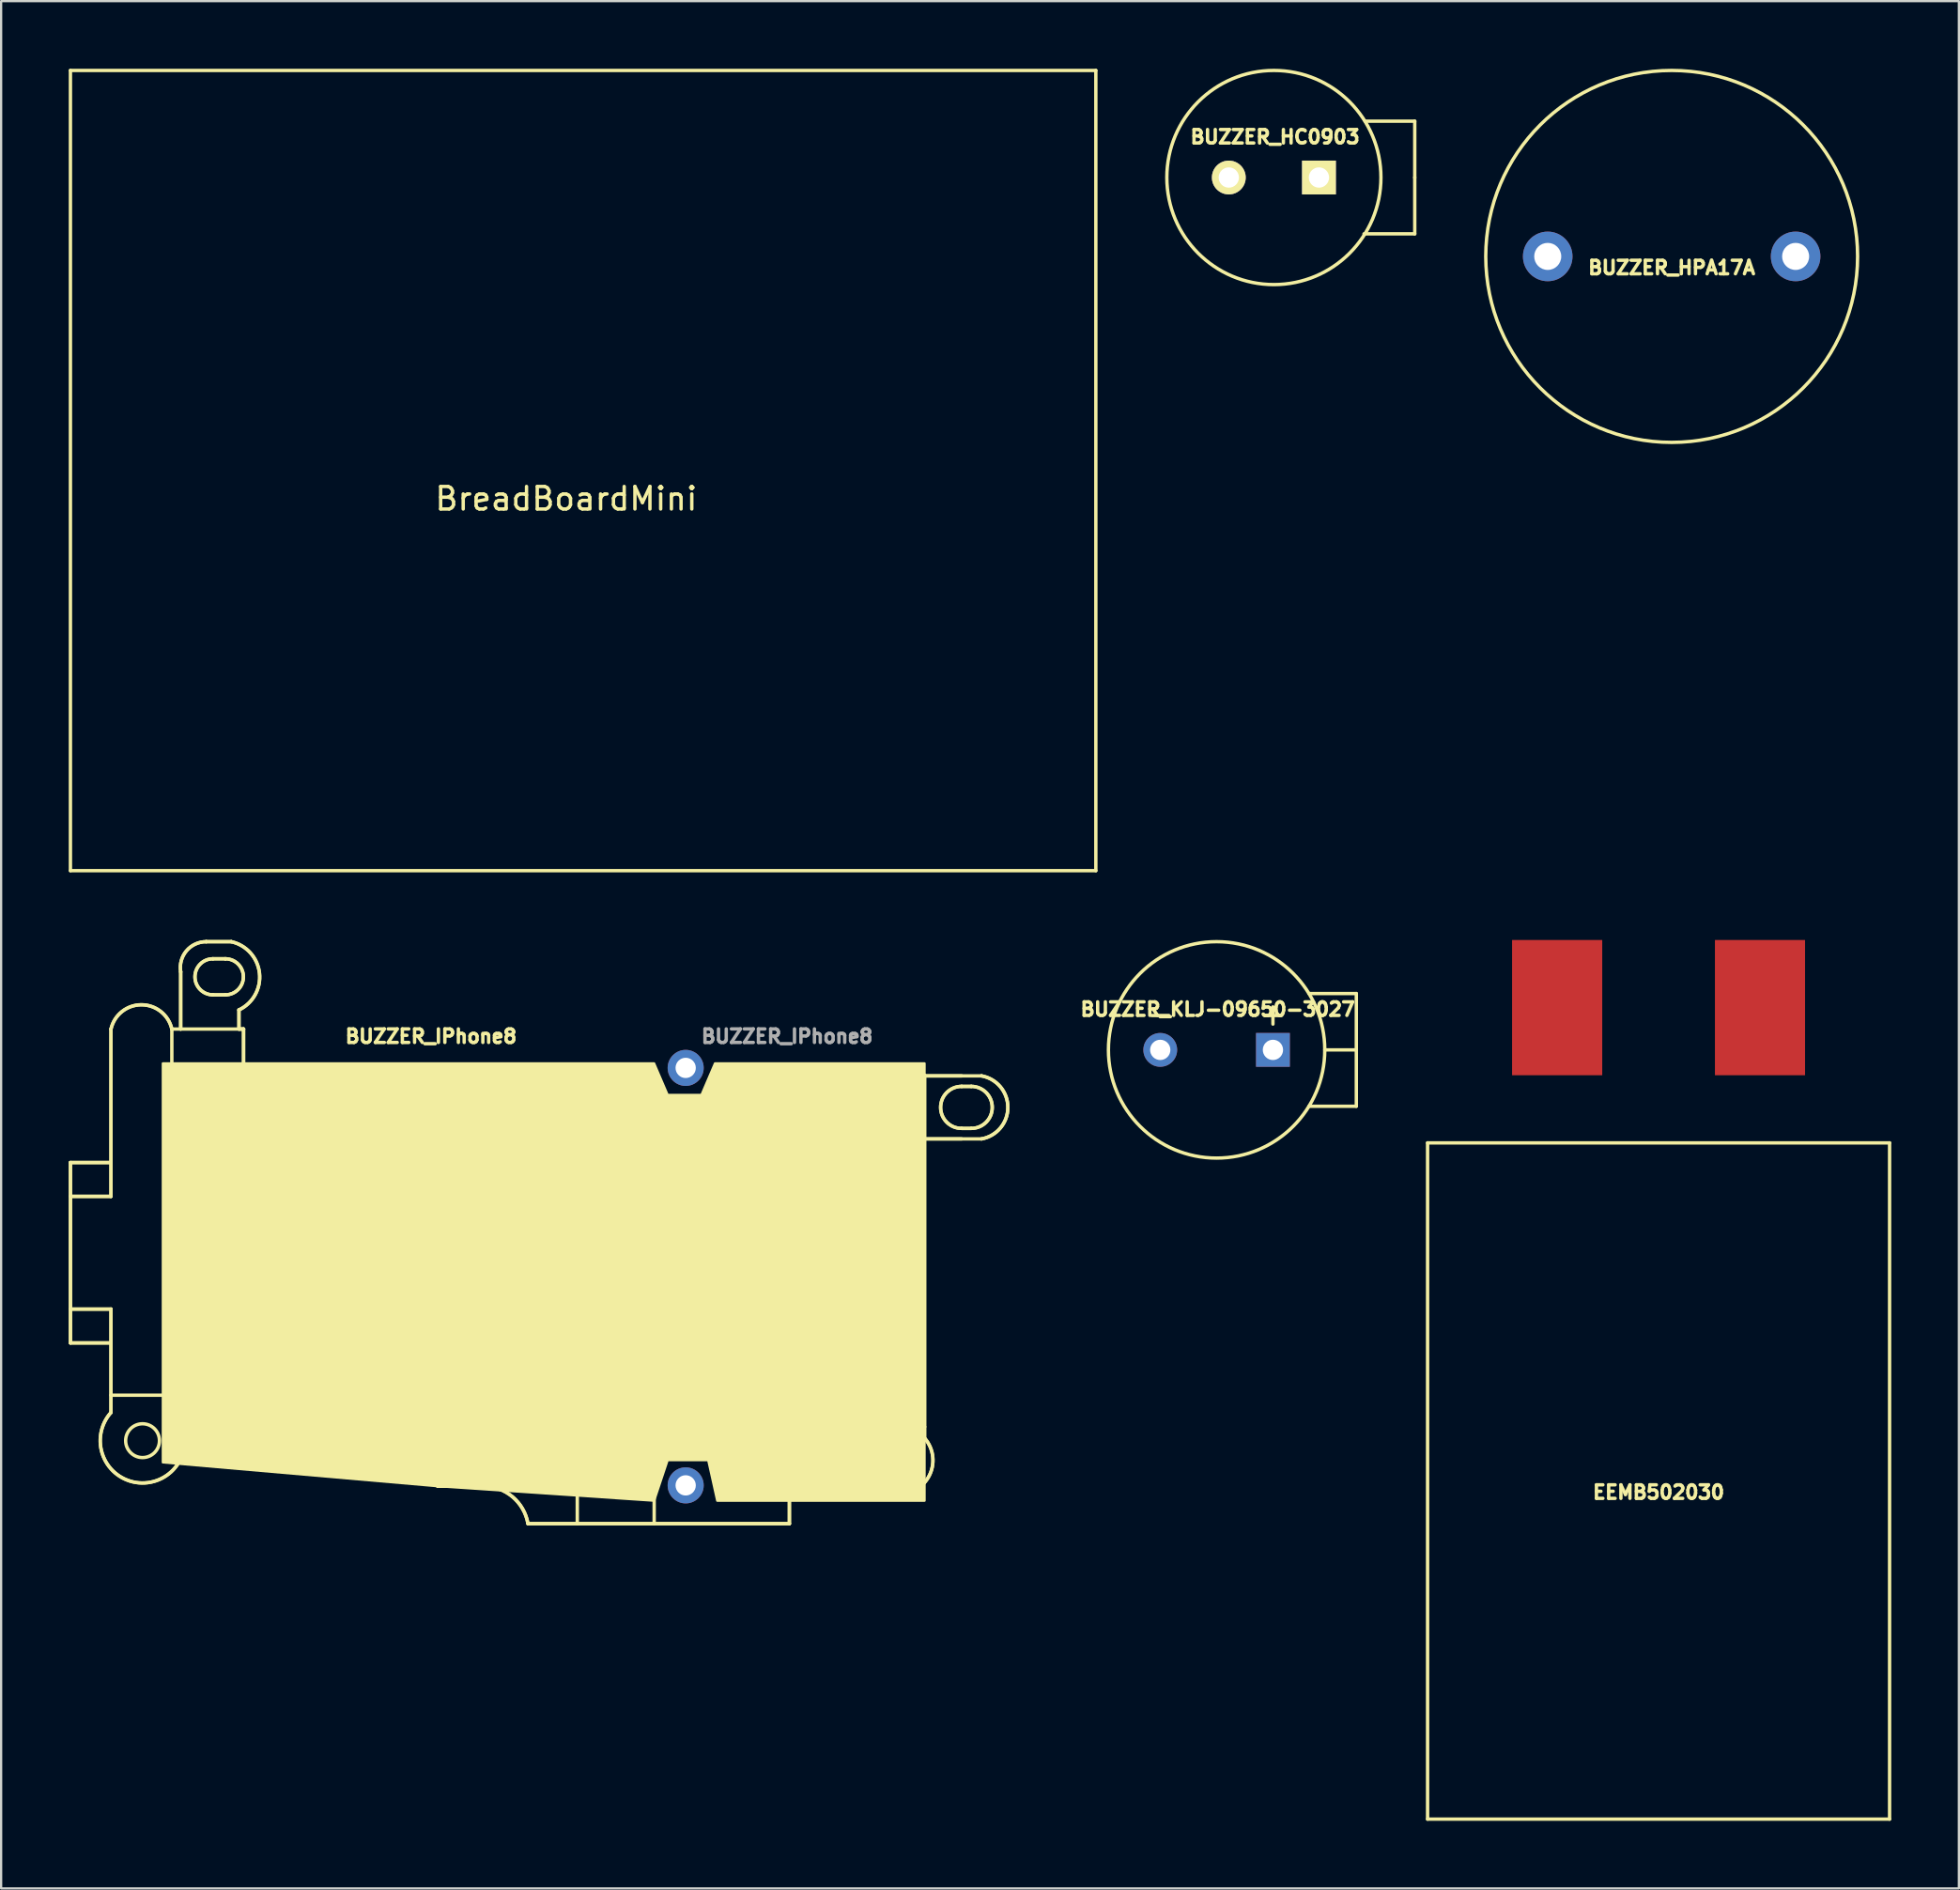
<source format=kicad_pcb>
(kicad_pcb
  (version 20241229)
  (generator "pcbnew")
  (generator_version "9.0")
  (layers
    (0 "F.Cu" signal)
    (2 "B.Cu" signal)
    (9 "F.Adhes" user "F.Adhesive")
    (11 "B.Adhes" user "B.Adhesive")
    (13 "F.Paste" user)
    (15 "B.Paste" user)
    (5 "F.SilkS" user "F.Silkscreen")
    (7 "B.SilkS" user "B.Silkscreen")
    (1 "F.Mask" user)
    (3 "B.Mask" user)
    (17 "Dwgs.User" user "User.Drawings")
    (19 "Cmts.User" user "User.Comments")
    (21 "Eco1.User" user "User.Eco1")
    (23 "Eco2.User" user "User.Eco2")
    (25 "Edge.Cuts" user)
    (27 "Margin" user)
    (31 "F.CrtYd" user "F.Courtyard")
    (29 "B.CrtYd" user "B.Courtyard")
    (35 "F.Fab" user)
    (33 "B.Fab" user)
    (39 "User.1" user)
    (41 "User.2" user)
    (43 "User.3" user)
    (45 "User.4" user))
  (footprint "EEMB502030"
    (layer "F.Cu")
    (at 70.545 62.65)
    (property "Reference" "EEMB502030" (at 0 0.5 0) (layer "F.SilkS") (effects (font (size 0.6 0.6) (thickness 0.15))))
    (attr through_hole)
    (fp_line (start -10.25 -15) (end 10.25 -15) (stroke (width 0.15) (type solid)) (layer "F.SilkS"))
    (fp_line (start -10.25 15) (end -10.25 -15) (stroke (width 0.15) (type solid)) (layer "F.SilkS"))
    (fp_line (start 10.25 -15) (end 10.25 15) (stroke (width 0.15) (type solid)) (layer "F.SilkS"))
    (fp_line (start 10.25 15) (end -10.25 15) (stroke (width 0.15) (type solid)) (layer "F.SilkS"))
    (pad "A" smd rect (at -4.5 -21) (size 4 6) (layers "F.Cu" "F.Mask" "F.Paste"))
    (pad "C" smd rect (at 4.5 -21) (size 4 6) (layers "F.Cu" "F.Mask" "F.Paste")))
  (footprint "BUZZER_KLJ-09650-3027"
    (layer "F.Cu")
    (at 50.933 43.525)
    (property "Reference" "BUZZER_KLJ-09650-3027" (at 0.051 -1.801 0) (layer "F.SilkS") (effects (font (size 0.6 0.6) (thickness 0.15))))
    (attr through_hole)
    (fp_line (start 4.8 0) (end 6.2 0) (stroke (width 0.15) (type solid)) (layer "F.SilkS"))
    (fp_line (start 6.2 -2.5) (end 4.1 -2.5) (stroke (width 0.15) (type solid)) (layer "F.SilkS"))
    (fp_line (start 6.2 0) (end 6.2 -2.5) (stroke (width 0.15) (type solid)) (layer "F.SilkS"))
    (fp_line (start 6.2 0) (end 6.2 2.5) (stroke (width 0.15) (type solid)) (layer "F.SilkS"))
    (fp_line (start 6.2 2.5) (end 4.1 2.5) (stroke (width 0.15) (type solid)) (layer "F.SilkS"))
    (fp_circle (center 0 0) (end 4.8 0) (stroke (width 0.15) (type solid)) (fill no) (layer "F.SilkS"))
    (fp_text user "+" (at 2.5 -1.6 0) (unlocked yes) (layer "F.SilkS") (effects (font (size 1 1) (thickness 0.15))))
    (fp_text user "-" (at -2.5 -1.6 0) (unlocked yes) (layer "F.SilkS") (effects (font (size 1 1) (thickness 0.15))))
    (pad "1" thru_hole rect (at 2.5 0) (size 1.5 1.5) (drill 0.9) (layers "*.Cu" "*.Mask"))
    (pad "2" thru_hole circle (at -2.5 0) (size 1.5 1.5) (drill 0.9) (layers "*.Cu" "*.Mask")))
  (footprint "BUZZER_HC0903"
    (layer "F.Cu")
    (at 53.475 4.825)
    (property "Reference" "BUZZER_HC0903" (at 0.051 -1.801 0) (layer "F.SilkS") (effects (font (size 0.599 0.599) (thickness 0.15))))
    (attr through_hole)
    (fp_line (start 6.251 -2.499) (end 4.049 -2.499) (stroke (width 0.15) (type solid)) (layer "F.SilkS"))
    (fp_line (start 6.251 0) (end 6.251 -2.499) (stroke (width 0.15) (type solid)) (layer "F.SilkS"))
    (fp_line (start 6.251 0) (end 6.251 2.499) (stroke (width 0.15) (type solid)) (layer "F.SilkS"))
    (fp_line (start 6.251 2.499) (end 4 2.499) (stroke (width 0.15) (type solid)) (layer "F.SilkS"))
    (fp_circle (center 0 0) (end 4.75 0) (stroke (width 0.15) (type solid)) (fill no) (layer "F.SilkS"))
    (pad "1" thru_hole rect (at 2 0) (size 1.5 1.5) (drill 0.9) (layers "*.Cu" "*.Mask" "F.SilkS"))
    (pad "2" thru_hole circle (at -2 0) (size 1.5 1.5) (drill 0.9) (layers "*.Cu" "*.Mask" "F.SilkS")))
  (footprint "BUZZER_IPhone8"
    (layer "F.Cu")
    (at 27.375 53.324)
    (property "Reference" "BUZZER_IPhone8" (at -11.3 -10.4 0) (unlocked yes) (layer "F.SilkS") (effects (font (size 0.6 0.6) (thickness 0.15))))
    (attr through_hole)
    (fp_line (start -27.3 -4.8) (end -27.3 3.2) (stroke (width 0.15) (type default)) (layer "F.SilkS"))
    (fp_line (start -27.3 -4.8) (end -25.5 -4.8) (stroke (width 0.15) (type default)) (layer "F.SilkS"))
    (fp_line (start -27.3 -3.3) (end -25.5 -3.3) (stroke (width 0.15) (type default)) (layer "F.SilkS"))
    (fp_line (start -27.3 -3.3) (end -25.5 -3.3) (stroke (width 0.15) (type default)) (layer "F.SilkS"))
    (fp_line (start -27.3 1.7) (end -25.5 1.7) (stroke (width 0.15) (type default)) (layer "F.SilkS"))
    (fp_line (start -27.3 1.7) (end -25.5 1.7) (stroke (width 0.15) (type default)) (layer "F.SilkS"))
    (fp_line (start -27.3 3.2) (end -27.3 -4.8) (stroke (width 0.15) (type default)) (layer "F.SilkS"))
    (fp_line (start -27.3 3.2) (end -25.5 3.2) (stroke (width 0.15) (type default)) (layer "F.SilkS"))
    (fp_line (start -25.5 -10.724) (end -25.5 -3.3) (stroke (width 0.15) (type default)) (layer "F.SilkS"))
    (fp_line (start -25.5 -4.8) (end -27.3 -4.8) (stroke (width 0.15) (type default)) (layer "F.SilkS"))
    (fp_line (start -25.5 -3.3) (end -25.5 -10.724) (stroke (width 0.15) (type default)) (layer "F.SilkS"))
    (fp_line (start -25.5 1.7) (end -25.5 6.286) (stroke (width 0.15) (type default)) (layer "F.SilkS"))
    (fp_line (start -25.5 3.2) (end -27.3 3.2) (stroke (width 0.15) (type default)) (layer "F.SilkS"))
    (fp_line (start -25.5 5.519) (end -21.9 5.519) (stroke (width 0.15) (type default)) (layer "F.SilkS"))
    (fp_line (start -25.5 6.286) (end -25.5 1.7) (stroke (width 0.15) (type default)) (layer "F.SilkS"))
    (fp_line (start -22.8 -10.724) (end -22.407 -10.724) (stroke (width 0.15) (type default)) (layer "F.SilkS"))
    (fp_line (start -22.8 -10.724) (end -22.8 -6.481) (stroke (width 0.15) (type default)) (layer "F.SilkS"))
    (fp_line (start -22.8 -6.481) (end -19.5 -6.481) (stroke (width 0.15) (type default)) (layer "F.SilkS"))
    (fp_line (start -22.5 8.519) (end -11.727 8.519) (stroke (width 0.15) (type default)) (layer "F.SilkS"))
    (fp_line (start -22.5 8.519) (end -11.727 8.519) (stroke (width 0.15) (type default)) (layer "F.SilkS"))
    (fp_line (start -22.407 -13.261) (end -22.407 -10.724) (stroke (width 0.15) (type default)) (layer "F.SilkS"))
    (fp_line (start -22.407 -13.26) (end -22.407 -10.724) (stroke (width 0.15) (type default)) (layer "F.SilkS"))
    (fp_line (start -22.407 -10.724) (end -19.618 -10.724) (stroke (width 0.15) (type default)) (layer "F.SilkS"))
    (fp_line (start -21.9 -6.796) (end -21.9 8.519) (stroke (width 0.15) (type default)) (layer "F.SilkS"))
    (fp_line (start -21.276 -14.599) (end -21.276 -14.599) (stroke (width 0.15) (type default)) (layer "F.SilkS"))
    (fp_line (start -20.975 -12.241) (end -20.975 -12.241) (stroke (width 0.15) (type default)) (layer "F.SilkS"))
    (fp_line (start -20.975 -12.241) (end -20.425 -12.241) (stroke (width 0.15) (type default)) (layer "F.SilkS"))
    (fp_line (start -20.975 -12.241) (end -20.425 -12.241) (stroke (width 0.15) (type default)) (layer "F.SilkS"))
    (fp_line (start -20.425 -13.841) (end -20.425 -13.841) (stroke (width 0.15) (type default)) (layer "F.SilkS"))
    (fp_line (start -20.425 -13.841) (end -20.975 -13.841) (stroke (width 0.15) (type default)) (layer "F.SilkS"))
    (fp_line (start -20.425 -13.841) (end -20.975 -13.841) (stroke (width 0.15) (type default)) (layer "F.SilkS"))
    (fp_line (start -20.163 -14.599) (end -21.276 -14.599) (stroke (width 0.15) (type default)) (layer "F.SilkS"))
    (fp_line (start -20.163 -14.599) (end -21.276 -14.599) (stroke (width 0.15) (type default)) (layer "F.SilkS"))
    (fp_line (start -19.822 -10.724) (end -19.822 -11.571) (stroke (width 0.15) (type default)) (layer "F.SilkS"))
    (fp_line (start -19.822 -10.724) (end -19.822 -11.571) (stroke (width 0.15) (type default)) (layer "F.SilkS"))
    (fp_line (start -19.822 -10.724) (end -19.618 -10.724) (stroke (width 0.15) (type default)) (layer "F.SilkS"))
    (fp_line (start -19.822 -10.724) (end -19.618 -10.724) (stroke (width 0.15) (type default)) (layer "F.SilkS"))
    (fp_line (start -19.618 -9.078) (end -21.9 -6.796) (stroke (width 0.15) (type default)) (layer "F.SilkS"))
    (fp_line (start -19.618 -9.078) (end -19.618 -10.724) (stroke (width 0.15) (type default)) (layer "F.SilkS"))
    (fp_line (start -19.618 -9.078) (end -19.618 -10.724) (stroke (width 0.15) (type default)) (layer "F.SilkS"))
    (fp_line (start -19.5 -6.481) (end -19.5 8.519) (stroke (width 0.15) (type default)) (layer "F.SilkS"))
    (fp_line (start -11.727 8.519) (end -10.998 9.559) (stroke (width 0.15) (type default)) (layer "F.SilkS"))
    (fp_line (start -11.727 8.519) (end -10.998 9.559) (stroke (width 0.15) (type default)) (layer "F.SilkS"))
    (fp_line (start -10.998 9.559) (end -8.969 9.559) (stroke (width 0.15) (type default)) (layer "F.SilkS"))
    (fp_line (start -10.998 9.559) (end -8.969 9.559) (stroke (width 0.15) (type default)) (layer "F.SilkS"))
    (fp_line (start -8.47 9.622) (end -8.969 9.559) (stroke (width 0.15) (type default)) (layer "F.SilkS"))
    (fp_line (start -4.81 11.219) (end -4.81 -9.078) (stroke (width 0.15) (type default)) (layer "F.SilkS"))
    (fp_line (start -2.588 6.819) (end -2.588 -9.078) (stroke (width 0.15) (type default)) (layer "F.SilkS"))
    (fp_line (start -1.398 11.219) (end -1.398 6.819) (stroke (width 0.15) (type default)) (layer "F.SilkS"))
    (fp_line (start 4.294 -8.678) (end 3.294 -9.078) (stroke (width 0.15) (type default)) (layer "F.SilkS"))
    (fp_line (start 4.294 -8.678) (end 3.294 -9.078) (stroke (width 0.15) (type default)) (layer "F.SilkS"))
    (fp_line (start 4.602 -8.678) (end 4.602 11.219) (stroke (width 0.15) (type default)) (layer "F.SilkS"))
    (fp_line (start 4.602 -8.678) (end 10.6 -8.678) (stroke (width 0.15) (type default)) (layer "F.SilkS"))
    (fp_line (start 4.602 6.819) (end -2.588 6.819) (stroke (width 0.15) (type default)) (layer "F.SilkS"))
    (fp_line (start 4.602 9.622) (end 4.602 11.219) (stroke (width 0.15) (type default)) (layer "F.SilkS"))
    (fp_line (start 4.602 11.219) (end -6.998 11.219) (stroke (width 0.15) (type default)) (layer "F.SilkS"))
    (fp_line (start 4.602 11.219) (end -6.998 11.219) (stroke (width 0.15) (type default)) (layer "F.SilkS"))
    (fp_line (start 8.002 6.922) (end 10.6 6.922) (stroke (width 0.15) (type default)) (layer "F.SilkS"))
    (fp_line (start 8.002 6.922) (end 10.6 6.922) (stroke (width 0.15) (type default)) (layer "F.SilkS"))
    (fp_line (start 8.002 9.622) (end 4.602 9.622) (stroke (width 0.15) (type default)) (layer "F.SilkS"))
    (fp_line (start 8.002 9.622) (end 8.002 6.922) (stroke (width 0.15) (type default)) (layer "F.SilkS"))
    (fp_line (start 8.002 9.622) (end 8.002 6.922) (stroke (width 0.15) (type default)) (layer "F.SilkS"))
    (fp_line (start 8.002 9.622) (end 9.172 9.869) (stroke (width 0.15) (type default)) (layer "F.SilkS"))
    (fp_line (start 8.002 9.622) (end 9.178 9.87) (stroke (width 0.15) (type default)) (layer "F.SilkS"))
    (fp_line (start 9.172 9.869) (end 9.172 9.869) (stroke (width 0.15) (type default)) (layer "F.SilkS"))
    (fp_line (start 10.6 -8.678) (end 4.294 -8.678) (stroke (width 0.15) (type default)) (layer "F.SilkS"))
    (fp_line (start 10.6 -8.678) (end 10.6 7.422) (stroke (width 0.15) (type default)) (layer "F.SilkS"))
    (fp_line (start 10.6 -5.85) (end 12.245 -5.85) (stroke (width 0.15) (type default)) (layer "F.SilkS"))
    (fp_line (start 10.6 -5.85) (end 13.126 -5.85) (stroke (width 0.15) (type default)) (layer "F.SilkS"))
    (fp_line (start 10.6 7.422) (end 10.6 -8.646) (stroke (width 0.15) (type default)) (layer "F.SilkS"))
    (fp_line (start 12.245 -6.316) (end 12.671 -6.316) (stroke (width 0.15) (type default)) (layer "F.SilkS"))
    (fp_line (start 12.245 -8.646) (end 10.6 -8.646) (stroke (width 0.15) (type default)) (layer "F.SilkS"))
    (fp_line (start 12.245 -6.316) (end 12.671 -6.316) (stroke (width 0.15) (type default)) (layer "F.SilkS"))
    (fp_line (start 12.671 -8.18) (end 12.245 -8.18) (stroke (width 0.15) (type default)) (layer "F.SilkS"))
    (fp_line (start 12.671 -8.18) (end 12.245 -8.18) (stroke (width 0.15) (type default)) (layer "F.SilkS"))
    (fp_line (start 13.126 -8.646) (end 10.6 -8.646) (stroke (width 0.15) (type default)) (layer "F.SilkS"))
    (fp_arc (start -25.5 -10.724153) (mid -24.150003 -11.799999) (end -22.800001 -10.724159) (stroke (width 0.15) (type default)) (layer "F.SilkS"))
    (fp_arc (start -25.5 -10.724153) (mid -24.15 -11.8) (end -22.8 -10.724154) (stroke (width 0.15) (type default)) (layer "F.SilkS"))
    (fp_arc (start -22.500057 8.518972) (mid -25.221062 9.042643) (end -25.5 6.28578) (stroke (width 0.15) (type default)) (layer "F.SilkS"))
    (fp_arc (start -22.5 8.518972) (mid -25.221065 9.042716) (end -25.5 6.28578) (stroke (width 0.15) (type default)) (layer "F.SilkS"))
    (fp_arc (start -22.406524 -13.260836) (mid -22.152206 -14.192484) (end -21.276309 -14.599244) (stroke (width 0.15) (type default)) (layer "F.SilkS"))
    (fp_arc (start -22.406524 -13.260496) (mid -22.152327 -14.192351) (end -21.276309 -14.599243) (stroke (width 0.15) (type default)) (layer "F.SilkS"))
    (fp_arc (start -20.975 -12.240709) (mid -21.774999 -13.040708) (end -20.975 -13.840707) (stroke (width 0.15) (type default)) (layer "F.SilkS"))
    (fp_arc (start -20.975 -12.240707) (mid -21.775 -13.040707) (end -20.975 -13.840707) (stroke (width 0.15) (type default)) (layer "F.SilkS"))
    (fp_arc (start -20.425 -13.840709) (mid -19.624999 -13.040708) (end -20.425 -12.240707) (stroke (width 0.15) (type default)) (layer "F.SilkS"))
    (fp_arc (start -20.425 -13.840707) (mid -19.625 -13.040707) (end -20.425 -12.240707) (stroke (width 0.15) (type default)) (layer "F.SilkS"))
    (fp_arc (start -20.162732 -14.599244) (mid -18.911514 -13.207001) (end -19.821831 -11.571395) (stroke (width 0.15) (type default)) (layer "F.SilkS"))
    (fp_arc (start -20.162728 -14.599244) (mid -18.911512 -13.207001) (end -19.821831 -11.571398) (stroke (width 0.15) (type default)) (layer "F.SilkS"))
    (fp_arc (start -8.969325 9.559078) (mid -7.680956 10.029337) (end -6.998454 11.218972) (stroke (width 0.15) (type default)) (layer "F.SilkS"))
    (fp_arc (start -8.969323 9.559078) (mid -7.680955 10.029338) (end -6.998454 11.218972) (stroke (width 0.15) (type default)) (layer "F.SilkS"))
    (fp_arc (start 10.6 7.422379) (mid 10.768536 9.160983) (end 9.171703 9.868989) (stroke (width 0.15) (type default)) (layer "F.SilkS"))
    (fp_arc (start 10.6 7.422381) (mid 10.770272 9.158008) (end 9.178457 9.870413) (stroke (width 0.15) (type default)) (layer "F.SilkS"))
    (fp_arc (start 12.244729 -6.315697) (mid 11.312419 -7.248007) (end 12.244729 -8.180317) (stroke (width 0.15) (type default)) (layer "F.SilkS"))
    (fp_arc (start 12.24473 -6.315697) (mid 11.312419 -7.248008) (end 12.24473 -8.180319) (stroke (width 0.15) (type default)) (layer "F.SilkS"))
    (fp_arc (start 12.67143 -8.180317) (mid 13.603739 -7.248008) (end 12.67143 -6.315697) (stroke (width 0.15) (type default)) (layer "F.SilkS"))
    (fp_arc (start 12.671433 -8.180317) (mid 13.603743 -7.248007) (end 12.671433 -6.315697) (stroke (width 0.15) (type default)) (layer "F.SilkS"))
    (fp_arc (start 13.12608 -8.646455) (mid 14.296904 -7.248008) (end 13.12608 -5.849559) (stroke (width 0.15) (type default)) (layer "F.SilkS"))
    (fp_arc (start 13.126084 -8.646455) (mid 14.296901 -7.248005) (end 13.12608 -5.849559) (stroke (width 0.15) (type default)) (layer "F.SilkS"))
    (fp_circle (center -24.1 7.537) (end -24.85 7.537) (stroke (width 0.15) (type default)) (fill no) (layer "F.SilkS"))
    (fp_circle (center 9.48 8.408) (end 8.68 8.408) (stroke (width 0.15) (type default)) (fill no) (layer "F.SilkS"))
    (fp_circle (center 9.48 8.408) (end 10.28 8.408) (stroke (width 0.15) (type default)) (fill no) (layer "F.SilkS"))
    (fp_poly (pts (xy -23.2 -9.2) (xy -1.4 -9.2) (xy -0.8 -7.8) (xy 0.7 -7.8) (xy 1.3 -9.2) (xy 10.6 -9.2) (xy 10.6 10.2) (xy 1.4 10.2) (xy 1 8.4) (xy -0.8 8.4) (xy -1.4 10.2) (xy -10.998 9.559) (xy -23.2 8.5)) (stroke (width 0.1) (type solid)) (fill yes) (layer "F.SilkS"))
    (fp_text user "${REFERENCE}" (at 4.5 -10.4 0) (unlocked yes) (layer "F.Fab") (effects (font (size 0.6 0.6) (thickness 0.15))))
    (pad "1" thru_hole circle (at 0 -9) (size 1.6 1.6) (drill 0.9) (layers "*.Cu" "*.Mask"))
    (pad "2" thru_hole circle (at 0 9.52) (size 1.6 1.6) (drill 0.9) (layers "*.Cu" "*.Mask")))
  (footprint "BreadBoardMini"
    (layer "F.Cu")
    (at 22.825 17.825)
    (property "Reference" "BreadBoardMini" (at -0.75 1.25 0) (layer "F.SilkS") (effects (font (size 1 1) (thickness 0.15))))
    (attr through_hole)
    (fp_line (start -22.75 -17.75) (end 22.75 -17.75) (stroke (width 0.15) (type solid)) (layer "F.SilkS"))
    (fp_line (start -22.75 17.75) (end -22.75 -17.75) (stroke (width 0.15) (type solid)) (layer "F.SilkS"))
    (fp_line (start 22.75 -17.75) (end 22.75 17.75) (stroke (width 0.15) (type solid)) (layer "F.SilkS"))
    (fp_line (start 22.75 17.75) (end -22.75 17.75) (stroke (width 0.15) (type solid)) (layer "F.SilkS")))
  (footprint "BUZZER_HPA17A"
    (layer "F.Cu")
    (at 71.126 8.325)
    (property "Reference" "BUZZER_HPA17A" (at 0 0.5 0) (layer "F.SilkS") (effects (font (size 0.6 0.6) (thickness 0.15))))
    (attr through_hole)
    (fp_circle (center 0 0) (end 8.25 0) (stroke (width 0.15) (type solid)) (fill no) (layer "F.SilkS"))
    (pad "1" thru_hole circle (at -5.5 0) (size 2.2 2.2) (drill 1.2) (layers "*.Cu" "*.Mask"))
    (pad "2" thru_hole circle (at 5.5 0) (size 2.2 2.2) (drill 1.2) (layers "*.Cu" "*.Mask")))
  (gr_rect
    (start -3 -3)
    (end 83.87 80.725)
    (stroke (width 0.1) (type default))
    (fill no)
    (layer "Edge.Cuts")))
</source>
